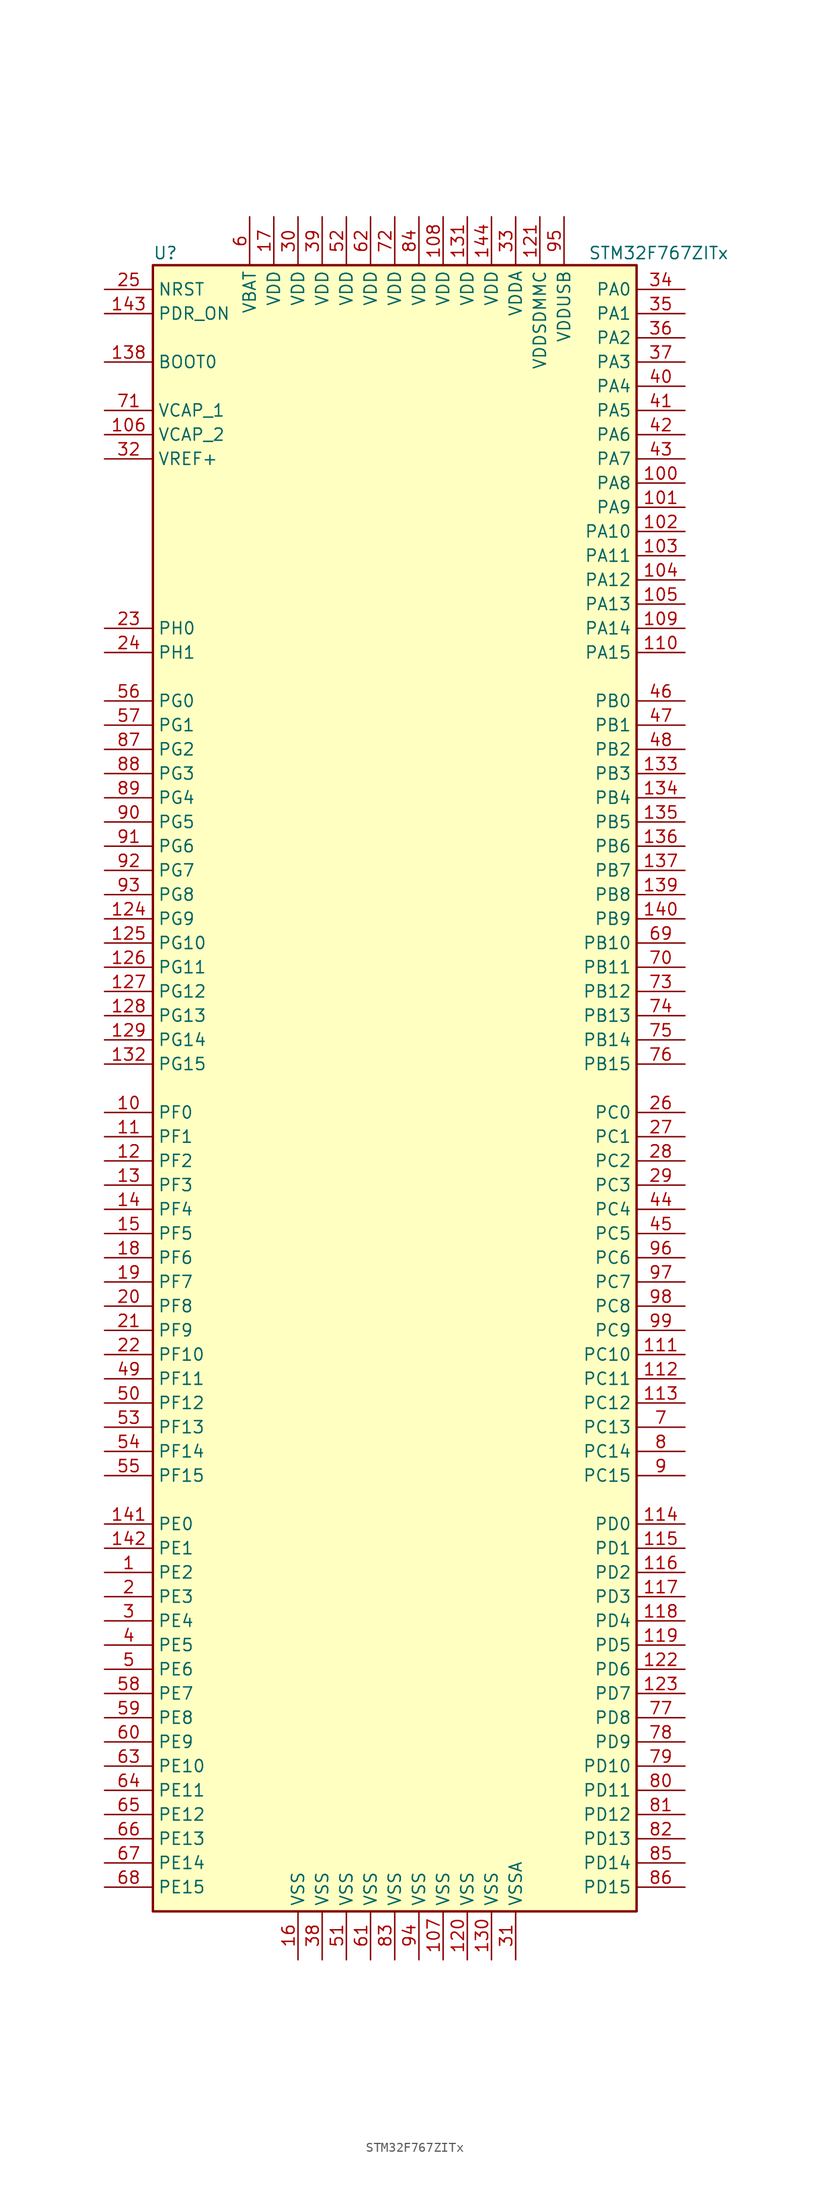
<source format=kicad_sym>
(kicad_symbol_lib
  (version 20201005)
  (generator kicad_symbol_editor)
  (symbol "STM32F767ZITx"
    (property "Reference" "U"
      (at -25.4 87.63 0)
      (effects (font (size 1.27 1.27)) (justify left)))
    (property "Value" "STM32F767ZITx"
      (at 20.32 87.63 0)
      (effects (font (size 1.27 1.27)) (justify left)))
    (symbol "STM32F767ZITx_0_1"
      (rectangle (start -25.4 -86.36) (end 25.4 86.36) (stroke (width 0.254)) (fill (type background))))
    (symbol "STM32F767ZITx_1_1"
      (pin bidirectional line (at -30.48 -50.8 0) (length 5.08) (name "PE2" (effects (font (size 1.27 1.27)))) (number "1" (effects (font (size 1.27 1.27)))))
      (pin bidirectional line (at -30.48 -2.54 0) (length 5.08) (name "PF0" (effects (font (size 1.27 1.27)))) (number "10" (effects (font (size 1.27 1.27)))))
      (pin bidirectional line (at 30.48 63.5 180) (length 5.08) (name "PA8" (effects (font (size 1.27 1.27)))) (number "100" (effects (font (size 1.27 1.27)))))
      (pin bidirectional line (at 30.48 60.96 180) (length 5.08) (name "PA9" (effects (font (size 1.27 1.27)))) (number "101" (effects (font (size 1.27 1.27)))))
      (pin bidirectional line (at 30.48 58.42 180) (length 5.08) (name "PA10" (effects (font (size 1.27 1.27)))) (number "102" (effects (font (size 1.27 1.27)))))
      (pin bidirectional line (at 30.48 55.88 180) (length 5.08) (name "PA11" (effects (font (size 1.27 1.27)))) (number "103" (effects (font (size 1.27 1.27)))))
      (pin bidirectional line (at 30.48 53.34 180) (length 5.08) (name "PA12" (effects (font (size 1.27 1.27)))) (number "104" (effects (font (size 1.27 1.27)))))
      (pin bidirectional line (at 30.48 50.8 180) (length 5.08) (name "PA13" (effects (font (size 1.27 1.27)))) (number "105" (effects (font (size 1.27 1.27)))))
      (pin power_in line (at -30.48 68.58 0) (length 5.08) (name "VCAP_2" (effects (font (size 1.27 1.27)))) (number "106" (effects (font (size 1.27 1.27)))))
      (pin power_in line (at 5.08 -91.44 90) (length 5.08) (name "VSS" (effects (font (size 1.27 1.27)))) (number "107" (effects (font (size 1.27 1.27)))))
      (pin power_in line (at 5.08 91.44 270) (length 5.08) (name "VDD" (effects (font (size 1.27 1.27)))) (number "108" (effects (font (size 1.27 1.27)))))
      (pin bidirectional line (at 30.48 48.26 180) (length 5.08) (name "PA14" (effects (font (size 1.27 1.27)))) (number "109" (effects (font (size 1.27 1.27)))))
      (pin bidirectional line (at -30.48 -5.08 0) (length 5.08) (name "PF1" (effects (font (size 1.27 1.27)))) (number "11" (effects (font (size 1.27 1.27)))))
      (pin bidirectional line (at 30.48 45.72 180) (length 5.08) (name "PA15" (effects (font (size 1.27 1.27)))) (number "110" (effects (font (size 1.27 1.27)))))
      (pin bidirectional line (at 30.48 -27.94 180) (length 5.08) (name "PC10" (effects (font (size 1.27 1.27)))) (number "111" (effects (font (size 1.27 1.27)))))
      (pin bidirectional line (at 30.48 -30.48 180) (length 5.08) (name "PC11" (effects (font (size 1.27 1.27)))) (number "112" (effects (font (size 1.27 1.27)))))
      (pin bidirectional line (at 30.48 -33.02 180) (length 5.08) (name "PC12" (effects (font (size 1.27 1.27)))) (number "113" (effects (font (size 1.27 1.27)))))
      (pin bidirectional line (at 30.48 -45.72 180) (length 5.08) (name "PD0" (effects (font (size 1.27 1.27)))) (number "114" (effects (font (size 1.27 1.27)))))
      (pin bidirectional line (at 30.48 -48.26 180) (length 5.08) (name "PD1" (effects (font (size 1.27 1.27)))) (number "115" (effects (font (size 1.27 1.27)))))
      (pin bidirectional line (at 30.48 -50.8 180) (length 5.08) (name "PD2" (effects (font (size 1.27 1.27)))) (number "116" (effects (font (size 1.27 1.27)))))
      (pin bidirectional line (at 30.48 -53.34 180) (length 5.08) (name "PD3" (effects (font (size 1.27 1.27)))) (number "117" (effects (font (size 1.27 1.27)))))
      (pin bidirectional line (at 30.48 -55.88 180) (length 5.08) (name "PD4" (effects (font (size 1.27 1.27)))) (number "118" (effects (font (size 1.27 1.27)))))
      (pin bidirectional line (at 30.48 -58.42 180) (length 5.08) (name "PD5" (effects (font (size 1.27 1.27)))) (number "119" (effects (font (size 1.27 1.27)))))
      (pin bidirectional line (at -30.48 -7.62 0) (length 5.08) (name "PF2" (effects (font (size 1.27 1.27)))) (number "12" (effects (font (size 1.27 1.27)))))
      (pin power_in line (at 7.62 -91.44 90) (length 5.08) (name "VSS" (effects (font (size 1.27 1.27)))) (number "120" (effects (font (size 1.27 1.27)))))
      (pin power_in line (at 15.24 91.44 270) (length 5.08) (name "VDDSDMMC" (effects (font (size 1.27 1.27)))) (number "121" (effects (font (size 1.27 1.27)))))
      (pin bidirectional line (at 30.48 -60.96 180) (length 5.08) (name "PD6" (effects (font (size 1.27 1.27)))) (number "122" (effects (font (size 1.27 1.27)))))
      (pin bidirectional line (at 30.48 -63.5 180) (length 5.08) (name "PD7" (effects (font (size 1.27 1.27)))) (number "123" (effects (font (size 1.27 1.27)))))
      (pin bidirectional line (at -30.48 17.78 0) (length 5.08) (name "PG9" (effects (font (size 1.27 1.27)))) (number "124" (effects (font (size 1.27 1.27)))))
      (pin bidirectional line (at -30.48 15.24 0) (length 5.08) (name "PG10" (effects (font (size 1.27 1.27)))) (number "125" (effects (font (size 1.27 1.27)))))
      (pin bidirectional line (at -30.48 12.7 0) (length 5.08) (name "PG11" (effects (font (size 1.27 1.27)))) (number "126" (effects (font (size 1.27 1.27)))))
      (pin bidirectional line (at -30.48 10.16 0) (length 5.08) (name "PG12" (effects (font (size 1.27 1.27)))) (number "127" (effects (font (size 1.27 1.27)))))
      (pin bidirectional line (at -30.48 7.62 0) (length 5.08) (name "PG13" (effects (font (size 1.27 1.27)))) (number "128" (effects (font (size 1.27 1.27)))))
      (pin bidirectional line (at -30.48 5.08 0) (length 5.08) (name "PG14" (effects (font (size 1.27 1.27)))) (number "129" (effects (font (size 1.27 1.27)))))
      (pin bidirectional line (at -30.48 -10.16 0) (length 5.08) (name "PF3" (effects (font (size 1.27 1.27)))) (number "13" (effects (font (size 1.27 1.27)))))
      (pin power_in line (at 10.16 -91.44 90) (length 5.08) (name "VSS" (effects (font (size 1.27 1.27)))) (number "130" (effects (font (size 1.27 1.27)))))
      (pin power_in line (at 7.62 91.44 270) (length 5.08) (name "VDD" (effects (font (size 1.27 1.27)))) (number "131" (effects (font (size 1.27 1.27)))))
      (pin bidirectional line (at -30.48 2.54 0) (length 5.08) (name "PG15" (effects (font (size 1.27 1.27)))) (number "132" (effects (font (size 1.27 1.27)))))
      (pin bidirectional line (at 30.48 33.02 180) (length 5.08) (name "PB3" (effects (font (size 1.27 1.27)))) (number "133" (effects (font (size 1.27 1.27)))))
      (pin bidirectional line (at 30.48 30.48 180) (length 5.08) (name "PB4" (effects (font (size 1.27 1.27)))) (number "134" (effects (font (size 1.27 1.27)))))
      (pin bidirectional line (at 30.48 27.94 180) (length 5.08) (name "PB5" (effects (font (size 1.27 1.27)))) (number "135" (effects (font (size 1.27 1.27)))))
      (pin bidirectional line (at 30.48 25.4 180) (length 5.08) (name "PB6" (effects (font (size 1.27 1.27)))) (number "136" (effects (font (size 1.27 1.27)))))
      (pin bidirectional line (at 30.48 22.86 180) (length 5.08) (name "PB7" (effects (font (size 1.27 1.27)))) (number "137" (effects (font (size 1.27 1.27)))))
      (pin input line (at -30.48 76.2 0) (length 5.08) (name "BOOT0" (effects (font (size 1.27 1.27)))) (number "138" (effects (font (size 1.27 1.27)))))
      (pin bidirectional line (at 30.48 20.32 180) (length 5.08) (name "PB8" (effects (font (size 1.27 1.27)))) (number "139" (effects (font (size 1.27 1.27)))))
      (pin bidirectional line (at -30.48 -12.7 0) (length 5.08) (name "PF4" (effects (font (size 1.27 1.27)))) (number "14" (effects (font (size 1.27 1.27)))))
      (pin bidirectional line (at 30.48 17.78 180) (length 5.08) (name "PB9" (effects (font (size 1.27 1.27)))) (number "140" (effects (font (size 1.27 1.27)))))
      (pin bidirectional line (at -30.48 -45.72 0) (length 5.08) (name "PE0" (effects (font (size 1.27 1.27)))) (number "141" (effects (font (size 1.27 1.27)))))
      (pin bidirectional line (at -30.48 -48.26 0) (length 5.08) (name "PE1" (effects (font (size 1.27 1.27)))) (number "142" (effects (font (size 1.27 1.27)))))
      (pin input line (at -30.48 81.28 0) (length 5.08) (name "PDR_ON" (effects (font (size 1.27 1.27)))) (number "143" (effects (font (size 1.27 1.27)))))
      (pin power_in line (at 10.16 91.44 270) (length 5.08) (name "VDD" (effects (font (size 1.27 1.27)))) (number "144" (effects (font (size 1.27 1.27)))))
      (pin bidirectional line (at -30.48 -15.24 0) (length 5.08) (name "PF5" (effects (font (size 1.27 1.27)))) (number "15" (effects (font (size 1.27 1.27)))))
      (pin power_in line (at -10.16 -91.44 90) (length 5.08) (name "VSS" (effects (font (size 1.27 1.27)))) (number "16" (effects (font (size 1.27 1.27)))))
      (pin power_in line (at -12.7 91.44 270) (length 5.08) (name "VDD" (effects (font (size 1.27 1.27)))) (number "17" (effects (font (size 1.27 1.27)))))
      (pin bidirectional line (at -30.48 -17.78 0) (length 5.08) (name "PF6" (effects (font (size 1.27 1.27)))) (number "18" (effects (font (size 1.27 1.27)))))
      (pin bidirectional line (at -30.48 -20.32 0) (length 5.08) (name "PF7" (effects (font (size 1.27 1.27)))) (number "19" (effects (font (size 1.27 1.27)))))
      (pin bidirectional line (at -30.48 -53.34 0) (length 5.08) (name "PE3" (effects (font (size 1.27 1.27)))) (number "2" (effects (font (size 1.27 1.27)))))
      (pin bidirectional line (at -30.48 -22.86 0) (length 5.08) (name "PF8" (effects (font (size 1.27 1.27)))) (number "20" (effects (font (size 1.27 1.27)))))
      (pin bidirectional line (at -30.48 -25.4 0) (length 5.08) (name "PF9" (effects (font (size 1.27 1.27)))) (number "21" (effects (font (size 1.27 1.27)))))
      (pin bidirectional line (at -30.48 -27.94 0) (length 5.08) (name "PF10" (effects (font (size 1.27 1.27)))) (number "22" (effects (font (size 1.27 1.27)))))
      (pin input line (at -30.48 48.26 0) (length 5.08) (name "PH0" (effects (font (size 1.27 1.27)))) (number "23" (effects (font (size 1.27 1.27)))))
      (pin input line (at -30.48 45.72 0) (length 5.08) (name "PH1" (effects (font (size 1.27 1.27)))) (number "24" (effects (font (size 1.27 1.27)))))
      (pin input line (at -30.48 83.82 0) (length 5.08) (name "NRST" (effects (font (size 1.27 1.27)))) (number "25" (effects (font (size 1.27 1.27)))))
      (pin bidirectional line (at 30.48 -2.54 180) (length 5.08) (name "PC0" (effects (font (size 1.27 1.27)))) (number "26" (effects (font (size 1.27 1.27)))))
      (pin bidirectional line (at 30.48 -5.08 180) (length 5.08) (name "PC1" (effects (font (size 1.27 1.27)))) (number "27" (effects (font (size 1.27 1.27)))))
      (pin bidirectional line (at 30.48 -7.62 180) (length 5.08) (name "PC2" (effects (font (size 1.27 1.27)))) (number "28" (effects (font (size 1.27 1.27)))))
      (pin bidirectional line (at 30.48 -10.16 180) (length 5.08) (name "PC3" (effects (font (size 1.27 1.27)))) (number "29" (effects (font (size 1.27 1.27)))))
      (pin bidirectional line (at -30.48 -55.88 0) (length 5.08) (name "PE4" (effects (font (size 1.27 1.27)))) (number "3" (effects (font (size 1.27 1.27)))))
      (pin power_in line (at -10.16 91.44 270) (length 5.08) (name "VDD" (effects (font (size 1.27 1.27)))) (number "30" (effects (font (size 1.27 1.27)))))
      (pin power_in line (at 12.7 -91.44 90) (length 5.08) (name "VSSA" (effects (font (size 1.27 1.27)))) (number "31" (effects (font (size 1.27 1.27)))))
      (pin power_in line (at -30.48 66.04 0) (length 5.08) (name "VREF+" (effects (font (size 1.27 1.27)))) (number "32" (effects (font (size 1.27 1.27)))))
      (pin power_in line (at 12.7 91.44 270) (length 5.08) (name "VDDA" (effects (font (size 1.27 1.27)))) (number "33" (effects (font (size 1.27 1.27)))))
      (pin bidirectional line (at 30.48 83.82 180) (length 5.08) (name "PA0" (effects (font (size 1.27 1.27)))) (number "34" (effects (font (size 1.27 1.27)))))
      (pin bidirectional line (at 30.48 81.28 180) (length 5.08) (name "PA1" (effects (font (size 1.27 1.27)))) (number "35" (effects (font (size 1.27 1.27)))))
      (pin bidirectional line (at 30.48 78.74 180) (length 5.08) (name "PA2" (effects (font (size 1.27 1.27)))) (number "36" (effects (font (size 1.27 1.27)))))
      (pin bidirectional line (at 30.48 76.2 180) (length 5.08) (name "PA3" (effects (font (size 1.27 1.27)))) (number "37" (effects (font (size 1.27 1.27)))))
      (pin power_in line (at -7.62 -91.44 90) (length 5.08) (name "VSS" (effects (font (size 1.27 1.27)))) (number "38" (effects (font (size 1.27 1.27)))))
      (pin power_in line (at -7.62 91.44 270) (length 5.08) (name "VDD" (effects (font (size 1.27 1.27)))) (number "39" (effects (font (size 1.27 1.27)))))
      (pin bidirectional line (at -30.48 -58.42 0) (length 5.08) (name "PE5" (effects (font (size 1.27 1.27)))) (number "4" (effects (font (size 1.27 1.27)))))
      (pin bidirectional line (at 30.48 73.66 180) (length 5.08) (name "PA4" (effects (font (size 1.27 1.27)))) (number "40" (effects (font (size 1.27 1.27)))))
      (pin bidirectional line (at 30.48 71.12 180) (length 5.08) (name "PA5" (effects (font (size 1.27 1.27)))) (number "41" (effects (font (size 1.27 1.27)))))
      (pin bidirectional line (at 30.48 68.58 180) (length 5.08) (name "PA6" (effects (font (size 1.27 1.27)))) (number "42" (effects (font (size 1.27 1.27)))))
      (pin bidirectional line (at 30.48 66.04 180) (length 5.08) (name "PA7" (effects (font (size 1.27 1.27)))) (number "43" (effects (font (size 1.27 1.27)))))
      (pin bidirectional line (at 30.48 -12.7 180) (length 5.08) (name "PC4" (effects (font (size 1.27 1.27)))) (number "44" (effects (font (size 1.27 1.27)))))
      (pin bidirectional line (at 30.48 -15.24 180) (length 5.08) (name "PC5" (effects (font (size 1.27 1.27)))) (number "45" (effects (font (size 1.27 1.27)))))
      (pin bidirectional line (at 30.48 40.64 180) (length 5.08) (name "PB0" (effects (font (size 1.27 1.27)))) (number "46" (effects (font (size 1.27 1.27)))))
      (pin bidirectional line (at 30.48 38.1 180) (length 5.08) (name "PB1" (effects (font (size 1.27 1.27)))) (number "47" (effects (font (size 1.27 1.27)))))
      (pin bidirectional line (at 30.48 35.56 180) (length 5.08) (name "PB2" (effects (font (size 1.27 1.27)))) (number "48" (effects (font (size 1.27 1.27)))))
      (pin bidirectional line (at -30.48 -30.48 0) (length 5.08) (name "PF11" (effects (font (size 1.27 1.27)))) (number "49" (effects (font (size 1.27 1.27)))))
      (pin bidirectional line (at -30.48 -60.96 0) (length 5.08) (name "PE6" (effects (font (size 1.27 1.27)))) (number "5" (effects (font (size 1.27 1.27)))))
      (pin bidirectional line (at -30.48 -33.02 0) (length 5.08) (name "PF12" (effects (font (size 1.27 1.27)))) (number "50" (effects (font (size 1.27 1.27)))))
      (pin power_in line (at -5.08 -91.44 90) (length 5.08) (name "VSS" (effects (font (size 1.27 1.27)))) (number "51" (effects (font (size 1.27 1.27)))))
      (pin power_in line (at -5.08 91.44 270) (length 5.08) (name "VDD" (effects (font (size 1.27 1.27)))) (number "52" (effects (font (size 1.27 1.27)))))
      (pin bidirectional line (at -30.48 -35.56 0) (length 5.08) (name "PF13" (effects (font (size 1.27 1.27)))) (number "53" (effects (font (size 1.27 1.27)))))
      (pin bidirectional line (at -30.48 -38.1 0) (length 5.08) (name "PF14" (effects (font (size 1.27 1.27)))) (number "54" (effects (font (size 1.27 1.27)))))
      (pin bidirectional line (at -30.48 -40.64 0) (length 5.08) (name "PF15" (effects (font (size 1.27 1.27)))) (number "55" (effects (font (size 1.27 1.27)))))
      (pin bidirectional line (at -30.48 40.64 0) (length 5.08) (name "PG0" (effects (font (size 1.27 1.27)))) (number "56" (effects (font (size 1.27 1.27)))))
      (pin bidirectional line (at -30.48 38.1 0) (length 5.08) (name "PG1" (effects (font (size 1.27 1.27)))) (number "57" (effects (font (size 1.27 1.27)))))
      (pin bidirectional line (at -30.48 -63.5 0) (length 5.08) (name "PE7" (effects (font (size 1.27 1.27)))) (number "58" (effects (font (size 1.27 1.27)))))
      (pin bidirectional line (at -30.48 -66.04 0) (length 5.08) (name "PE8" (effects (font (size 1.27 1.27)))) (number "59" (effects (font (size 1.27 1.27)))))
      (pin power_in line (at -15.24 91.44 270) (length 5.08) (name "VBAT" (effects (font (size 1.27 1.27)))) (number "6" (effects (font (size 1.27 1.27)))))
      (pin bidirectional line (at -30.48 -68.58 0) (length 5.08) (name "PE9" (effects (font (size 1.27 1.27)))) (number "60" (effects (font (size 1.27 1.27)))))
      (pin power_in line (at -2.54 -91.44 90) (length 5.08) (name "VSS" (effects (font (size 1.27 1.27)))) (number "61" (effects (font (size 1.27 1.27)))))
      (pin power_in line (at -2.54 91.44 270) (length 5.08) (name "VDD" (effects (font (size 1.27 1.27)))) (number "62" (effects (font (size 1.27 1.27)))))
      (pin bidirectional line (at -30.48 -71.12 0) (length 5.08) (name "PE10" (effects (font (size 1.27 1.27)))) (number "63" (effects (font (size 1.27 1.27)))))
      (pin bidirectional line (at -30.48 -73.66 0) (length 5.08) (name "PE11" (effects (font (size 1.27 1.27)))) (number "64" (effects (font (size 1.27 1.27)))))
      (pin bidirectional line (at -30.48 -76.2 0) (length 5.08) (name "PE12" (effects (font (size 1.27 1.27)))) (number "65" (effects (font (size 1.27 1.27)))))
      (pin bidirectional line (at -30.48 -78.74 0) (length 5.08) (name "PE13" (effects (font (size 1.27 1.27)))) (number "66" (effects (font (size 1.27 1.27)))))
      (pin bidirectional line (at -30.48 -81.28 0) (length 5.08) (name "PE14" (effects (font (size 1.27 1.27)))) (number "67" (effects (font (size 1.27 1.27)))))
      (pin bidirectional line (at -30.48 -83.82 0) (length 5.08) (name "PE15" (effects (font (size 1.27 1.27)))) (number "68" (effects (font (size 1.27 1.27)))))
      (pin bidirectional line (at 30.48 15.24 180) (length 5.08) (name "PB10" (effects (font (size 1.27 1.27)))) (number "69" (effects (font (size 1.27 1.27)))))
      (pin bidirectional line (at 30.48 -35.56 180) (length 5.08) (name "PC13" (effects (font (size 1.27 1.27)))) (number "7" (effects (font (size 1.27 1.27)))))
      (pin bidirectional line (at 30.48 12.7 180) (length 5.08) (name "PB11" (effects (font (size 1.27 1.27)))) (number "70" (effects (font (size 1.27 1.27)))))
      (pin power_in line (at -30.48 71.12 0) (length 5.08) (name "VCAP_1" (effects (font (size 1.27 1.27)))) (number "71" (effects (font (size 1.27 1.27)))))
      (pin power_in line (at 0 91.44 270) (length 5.08) (name "VDD" (effects (font (size 1.27 1.27)))) (number "72" (effects (font (size 1.27 1.27)))))
      (pin bidirectional line (at 30.48 10.16 180) (length 5.08) (name "PB12" (effects (font (size 1.27 1.27)))) (number "73" (effects (font (size 1.27 1.27)))))
      (pin bidirectional line (at 30.48 7.62 180) (length 5.08) (name "PB13" (effects (font (size 1.27 1.27)))) (number "74" (effects (font (size 1.27 1.27)))))
      (pin bidirectional line (at 30.48 5.08 180) (length 5.08) (name "PB14" (effects (font (size 1.27 1.27)))) (number "75" (effects (font (size 1.27 1.27)))))
      (pin bidirectional line (at 30.48 2.54 180) (length 5.08) (name "PB15" (effects (font (size 1.27 1.27)))) (number "76" (effects (font (size 1.27 1.27)))))
      (pin bidirectional line (at 30.48 -66.04 180) (length 5.08) (name "PD8" (effects (font (size 1.27 1.27)))) (number "77" (effects (font (size 1.27 1.27)))))
      (pin bidirectional line (at 30.48 -68.58 180) (length 5.08) (name "PD9" (effects (font (size 1.27 1.27)))) (number "78" (effects (font (size 1.27 1.27)))))
      (pin bidirectional line (at 30.48 -71.12 180) (length 5.08) (name "PD10" (effects (font (size 1.27 1.27)))) (number "79" (effects (font (size 1.27 1.27)))))
      (pin bidirectional line (at 30.48 -38.1 180) (length 5.08) (name "PC14" (effects (font (size 1.27 1.27)))) (number "8" (effects (font (size 1.27 1.27)))))
      (pin bidirectional line (at 30.48 -73.66 180) (length 5.08) (name "PD11" (effects (font (size 1.27 1.27)))) (number "80" (effects (font (size 1.27 1.27)))))
      (pin bidirectional line (at 30.48 -76.2 180) (length 5.08) (name "PD12" (effects (font (size 1.27 1.27)))) (number "81" (effects (font (size 1.27 1.27)))))
      (pin bidirectional line (at 30.48 -78.74 180) (length 5.08) (name "PD13" (effects (font (size 1.27 1.27)))) (number "82" (effects (font (size 1.27 1.27)))))
      (pin power_in line (at 0 -91.44 90) (length 5.08) (name "VSS" (effects (font (size 1.27 1.27)))) (number "83" (effects (font (size 1.27 1.27)))))
      (pin power_in line (at 2.54 91.44 270) (length 5.08) (name "VDD" (effects (font (size 1.27 1.27)))) (number "84" (effects (font (size 1.27 1.27)))))
      (pin bidirectional line (at 30.48 -81.28 180) (length 5.08) (name "PD14" (effects (font (size 1.27 1.27)))) (number "85" (effects (font (size 1.27 1.27)))))
      (pin bidirectional line (at 30.48 -83.82 180) (length 5.08) (name "PD15" (effects (font (size 1.27 1.27)))) (number "86" (effects (font (size 1.27 1.27)))))
      (pin bidirectional line (at -30.48 35.56 0) (length 5.08) (name "PG2" (effects (font (size 1.27 1.27)))) (number "87" (effects (font (size 1.27 1.27)))))
      (pin bidirectional line (at -30.48 33.02 0) (length 5.08) (name "PG3" (effects (font (size 1.27 1.27)))) (number "88" (effects (font (size 1.27 1.27)))))
      (pin bidirectional line (at -30.48 30.48 0) (length 5.08) (name "PG4" (effects (font (size 1.27 1.27)))) (number "89" (effects (font (size 1.27 1.27)))))
      (pin bidirectional line (at 30.48 -40.64 180) (length 5.08) (name "PC15" (effects (font (size 1.27 1.27)))) (number "9" (effects (font (size 1.27 1.27)))))
      (pin bidirectional line (at -30.48 27.94 0) (length 5.08) (name "PG5" (effects (font (size 1.27 1.27)))) (number "90" (effects (font (size 1.27 1.27)))))
      (pin bidirectional line (at -30.48 25.4 0) (length 5.08) (name "PG6" (effects (font (size 1.27 1.27)))) (number "91" (effects (font (size 1.27 1.27)))))
      (pin bidirectional line (at -30.48 22.86 0) (length 5.08) (name "PG7" (effects (font (size 1.27 1.27)))) (number "92" (effects (font (size 1.27 1.27)))))
      (pin bidirectional line (at -30.48 20.32 0) (length 5.08) (name "PG8" (effects (font (size 1.27 1.27)))) (number "93" (effects (font (size 1.27 1.27)))))
      (pin power_in line (at 2.54 -91.44 90) (length 5.08) (name "VSS" (effects (font (size 1.27 1.27)))) (number "94" (effects (font (size 1.27 1.27)))))
      (pin power_in line (at 17.78 91.44 270) (length 5.08) (name "VDDUSB" (effects (font (size 1.27 1.27)))) (number "95" (effects (font (size 1.27 1.27)))))
      (pin bidirectional line (at 30.48 -17.78 180) (length 5.08) (name "PC6" (effects (font (size 1.27 1.27)))) (number "96" (effects (font (size 1.27 1.27)))))
      (pin bidirectional line (at 30.48 -20.32 180) (length 5.08) (name "PC7" (effects (font (size 1.27 1.27)))) (number "97" (effects (font (size 1.27 1.27)))))
      (pin bidirectional line (at 30.48 -22.86 180) (length 5.08) (name "PC8" (effects (font (size 1.27 1.27)))) (number "98" (effects (font (size 1.27 1.27)))))
      (pin bidirectional line (at 30.48 -25.4 180) (length 5.08) (name "PC9" (effects (font (size 1.27 1.27)))) (number "99" (effects (font (size 1.27 1.27))))))))
</source>
